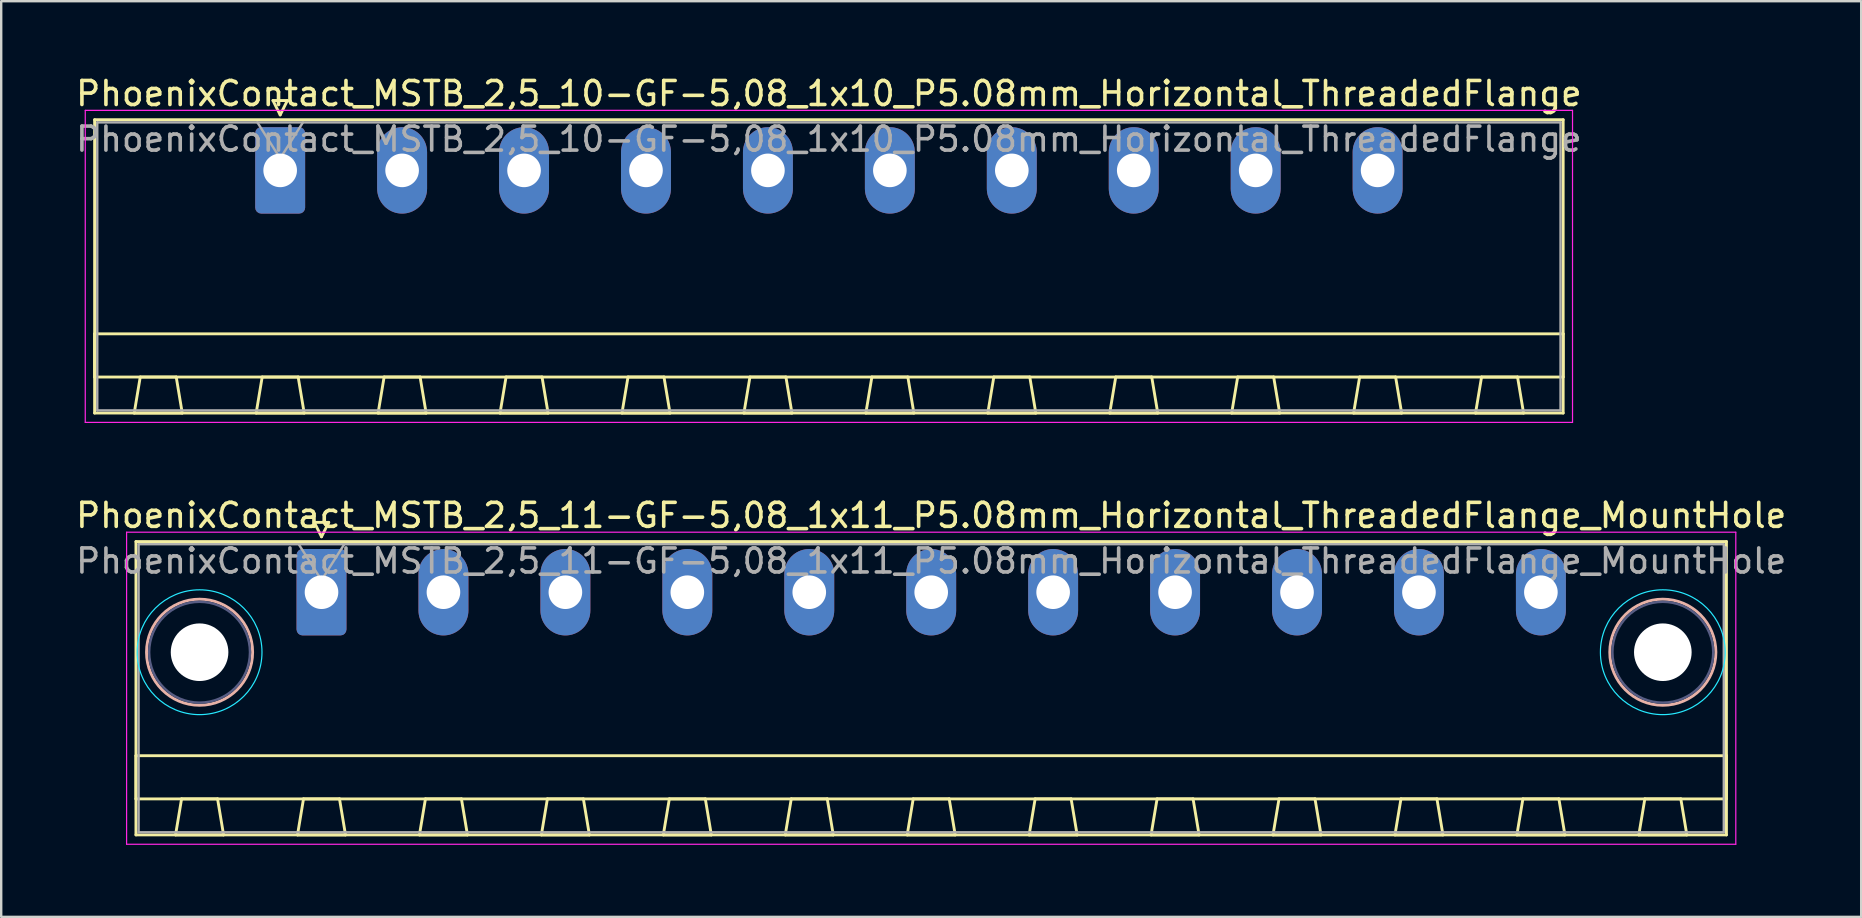
<source format=kicad_pcb>
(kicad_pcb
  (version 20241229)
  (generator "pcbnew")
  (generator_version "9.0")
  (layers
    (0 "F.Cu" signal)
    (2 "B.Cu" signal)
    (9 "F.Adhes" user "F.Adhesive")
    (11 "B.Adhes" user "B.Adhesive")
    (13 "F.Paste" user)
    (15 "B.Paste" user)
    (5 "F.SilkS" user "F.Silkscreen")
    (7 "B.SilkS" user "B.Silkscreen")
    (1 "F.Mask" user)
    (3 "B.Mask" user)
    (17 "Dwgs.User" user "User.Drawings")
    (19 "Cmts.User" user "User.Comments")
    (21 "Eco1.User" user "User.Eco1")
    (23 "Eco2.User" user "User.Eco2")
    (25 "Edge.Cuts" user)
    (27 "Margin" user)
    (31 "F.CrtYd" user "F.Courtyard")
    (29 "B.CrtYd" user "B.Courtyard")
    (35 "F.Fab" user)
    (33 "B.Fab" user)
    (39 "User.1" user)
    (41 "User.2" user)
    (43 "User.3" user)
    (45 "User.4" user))
  (footprint "PhoenixContact_MSTB_2,5_11-GF-5,08_1x11_P5.08mm_Horizontal_ThreadedFlange_MountHole"
    (layer "F.Cu")
    (at 10.344 21.622)
    (property "Reference" "PhoenixContact_MSTB_2,5_11-GF-5,08_1x11_P5.08mm_Horizontal_ThreadedFlange_MountHole" (at 25.4 -3.2 0) (layer "F.SilkS") (effects (font (size 1 1) (thickness 0.15))))
    (attr through_hole)
    (fp_line (start -7.73 -2.11) (end -7.73 10.11) (stroke (width 0.12) (type solid)) (layer "F.SilkS"))
    (fp_line (start -7.73 6.81) (end 58.53 6.81) (stroke (width 0.12) (type solid)) (layer "F.SilkS"))
    (fp_line (start -7.73 8.61) (end -7.73 6.81) (stroke (width 0.12) (type solid)) (layer "F.SilkS"))
    (fp_line (start -7.73 10.11) (end 58.53 10.11) (stroke (width 0.12) (type solid)) (layer "F.SilkS"))
    (fp_line (start -6.08 10.11) (end -4.08 10.11) (stroke (width 0.12) (type solid)) (layer "F.SilkS"))
    (fp_line (start -5.83 8.61) (end -6.08 10.11) (stroke (width 0.12) (type solid)) (layer "F.SilkS"))
    (fp_line (start -4.33 8.61) (end -5.83 8.61) (stroke (width 0.12) (type solid)) (layer "F.SilkS"))
    (fp_line (start -4.08 10.11) (end -4.33 8.61) (stroke (width 0.12) (type solid)) (layer "F.SilkS"))
    (fp_line (start -1 10.11) (end 1 10.11) (stroke (width 0.12) (type solid)) (layer "F.SilkS"))
    (fp_line (start -0.75 8.61) (end -1 10.11) (stroke (width 0.12) (type solid)) (layer "F.SilkS"))
    (fp_line (start -0.3 -2.91) (end 0.3 -2.91) (stroke (width 0.12) (type solid)) (layer "F.SilkS"))
    (fp_line (start 0 -2.31) (end -0.3 -2.91) (stroke (width 0.12) (type solid)) (layer "F.SilkS"))
    (fp_line (start 0.3 -2.91) (end 0 -2.31) (stroke (width 0.12) (type solid)) (layer "F.SilkS"))
    (fp_line (start 0.75 8.61) (end -0.75 8.61) (stroke (width 0.12) (type solid)) (layer "F.SilkS"))
    (fp_line (start 1 10.11) (end 0.75 8.61) (stroke (width 0.12) (type solid)) (layer "F.SilkS"))
    (fp_line (start 4.08 10.11) (end 6.08 10.11) (stroke (width 0.12) (type solid)) (layer "F.SilkS"))
    (fp_line (start 4.33 8.61) (end 4.08 10.11) (stroke (width 0.12) (type solid)) (layer "F.SilkS"))
    (fp_line (start 5.83 8.61) (end 4.33 8.61) (stroke (width 0.12) (type solid)) (layer "F.SilkS"))
    (fp_line (start 6.08 10.11) (end 5.83 8.61) (stroke (width 0.12) (type solid)) (layer "F.SilkS"))
    (fp_line (start 9.16 10.11) (end 11.16 10.11) (stroke (width 0.12) (type solid)) (layer "F.SilkS"))
    (fp_line (start 9.41 8.61) (end 9.16 10.11) (stroke (width 0.12) (type solid)) (layer "F.SilkS"))
    (fp_line (start 10.91 8.61) (end 9.41 8.61) (stroke (width 0.12) (type solid)) (layer "F.SilkS"))
    (fp_line (start 11.16 10.11) (end 10.91 8.61) (stroke (width 0.12) (type solid)) (layer "F.SilkS"))
    (fp_line (start 14.24 10.11) (end 16.24 10.11) (stroke (width 0.12) (type solid)) (layer "F.SilkS"))
    (fp_line (start 14.49 8.61) (end 14.24 10.11) (stroke (width 0.12) (type solid)) (layer "F.SilkS"))
    (fp_line (start 15.99 8.61) (end 14.49 8.61) (stroke (width 0.12) (type solid)) (layer "F.SilkS"))
    (fp_line (start 16.24 10.11) (end 15.99 8.61) (stroke (width 0.12) (type solid)) (layer "F.SilkS"))
    (fp_line (start 19.32 10.11) (end 21.32 10.11) (stroke (width 0.12) (type solid)) (layer "F.SilkS"))
    (fp_line (start 19.57 8.61) (end 19.32 10.11) (stroke (width 0.12) (type solid)) (layer "F.SilkS"))
    (fp_line (start 21.07 8.61) (end 19.57 8.61) (stroke (width 0.12) (type solid)) (layer "F.SilkS"))
    (fp_line (start 21.32 10.11) (end 21.07 8.61) (stroke (width 0.12) (type solid)) (layer "F.SilkS"))
    (fp_line (start 24.4 10.11) (end 26.4 10.11) (stroke (width 0.12) (type solid)) (layer "F.SilkS"))
    (fp_line (start 24.65 8.61) (end 24.4 10.11) (stroke (width 0.12) (type solid)) (layer "F.SilkS"))
    (fp_line (start 26.15 8.61) (end 24.65 8.61) (stroke (width 0.12) (type solid)) (layer "F.SilkS"))
    (fp_line (start 26.4 10.11) (end 26.15 8.61) (stroke (width 0.12) (type solid)) (layer "F.SilkS"))
    (fp_line (start 29.48 10.11) (end 31.48 10.11) (stroke (width 0.12) (type solid)) (layer "F.SilkS"))
    (fp_line (start 29.73 8.61) (end 29.48 10.11) (stroke (width 0.12) (type solid)) (layer "F.SilkS"))
    (fp_line (start 31.23 8.61) (end 29.73 8.61) (stroke (width 0.12) (type solid)) (layer "F.SilkS"))
    (fp_line (start 31.48 10.11) (end 31.23 8.61) (stroke (width 0.12) (type solid)) (layer "F.SilkS"))
    (fp_line (start 34.56 10.11) (end 36.56 10.11) (stroke (width 0.12) (type solid)) (layer "F.SilkS"))
    (fp_line (start 34.81 8.61) (end 34.56 10.11) (stroke (width 0.12) (type solid)) (layer "F.SilkS"))
    (fp_line (start 36.31 8.61) (end 34.81 8.61) (stroke (width 0.12) (type solid)) (layer "F.SilkS"))
    (fp_line (start 36.56 10.11) (end 36.31 8.61) (stroke (width 0.12) (type solid)) (layer "F.SilkS"))
    (fp_line (start 39.64 10.11) (end 41.64 10.11) (stroke (width 0.12) (type solid)) (layer "F.SilkS"))
    (fp_line (start 39.89 8.61) (end 39.64 10.11) (stroke (width 0.12) (type solid)) (layer "F.SilkS"))
    (fp_line (start 41.39 8.61) (end 39.89 8.61) (stroke (width 0.12) (type solid)) (layer "F.SilkS"))
    (fp_line (start 41.64 10.11) (end 41.39 8.61) (stroke (width 0.12) (type solid)) (layer "F.SilkS"))
    (fp_line (start 44.72 10.11) (end 46.72 10.11) (stroke (width 0.12) (type solid)) (layer "F.SilkS"))
    (fp_line (start 44.97 8.61) (end 44.72 10.11) (stroke (width 0.12) (type solid)) (layer "F.SilkS"))
    (fp_line (start 46.47 8.61) (end 44.97 8.61) (stroke (width 0.12) (type solid)) (layer "F.SilkS"))
    (fp_line (start 46.72 10.11) (end 46.47 8.61) (stroke (width 0.12) (type solid)) (layer "F.SilkS"))
    (fp_line (start 49.8 10.11) (end 51.8 10.11) (stroke (width 0.12) (type solid)) (layer "F.SilkS"))
    (fp_line (start 50.05 8.61) (end 49.8 10.11) (stroke (width 0.12) (type solid)) (layer "F.SilkS"))
    (fp_line (start 51.55 8.61) (end 50.05 8.61) (stroke (width 0.12) (type solid)) (layer "F.SilkS"))
    (fp_line (start 51.8 10.11) (end 51.55 8.61) (stroke (width 0.12) (type solid)) (layer "F.SilkS"))
    (fp_line (start 54.88 10.11) (end 56.88 10.11) (stroke (width 0.12) (type solid)) (layer "F.SilkS"))
    (fp_line (start 55.13 8.61) (end 54.88 10.11) (stroke (width 0.12) (type solid)) (layer "F.SilkS"))
    (fp_line (start 56.63 8.61) (end 55.13 8.61) (stroke (width 0.12) (type solid)) (layer "F.SilkS"))
    (fp_line (start 56.88 10.11) (end 56.63 8.61) (stroke (width 0.12) (type solid)) (layer "F.SilkS"))
    (fp_line (start 58.53 -2.11) (end -7.73 -2.11) (stroke (width 0.12) (type solid)) (layer "F.SilkS"))
    (fp_line (start 58.53 6.81) (end 58.53 8.61) (stroke (width 0.12) (type solid)) (layer "F.SilkS"))
    (fp_line (start 58.53 8.61) (end -7.73 8.61) (stroke (width 0.12) (type solid)) (layer "F.SilkS"))
    (fp_line (start 58.53 10.11) (end 58.53 -2.11) (stroke (width 0.12) (type solid)) (layer "F.SilkS"))
    (fp_circle (center -5.08 2.5) (end -2.87 2.5) (stroke (width 0.12) (type solid)) (fill no) (layer "B.SilkS"))
    (fp_circle (center 55.88 2.5) (end 58.09 2.5) (stroke (width 0.12) (type solid)) (fill no) (layer "B.SilkS"))
    (fp_circle (center -5.08 2.5) (end -2.48 2.5) (stroke (width 0.05) (type solid)) (fill no) (layer "B.CrtYd"))
    (fp_circle (center 55.88 2.5) (end 58.48 2.5) (stroke (width 0.05) (type solid)) (fill no) (layer "B.CrtYd"))
    (fp_line (start -8.12 -2.5) (end -8.12 10.5) (stroke (width 0.05) (type solid)) (layer "F.CrtYd"))
    (fp_line (start -8.12 10.5) (end 58.92 10.5) (stroke (width 0.05) (type solid)) (layer "F.CrtYd"))
    (fp_line (start 58.92 -2.5) (end -8.12 -2.5) (stroke (width 0.05) (type solid)) (layer "F.CrtYd"))
    (fp_line (start 58.92 10.5) (end 58.92 -2.5) (stroke (width 0.05) (type solid)) (layer "F.CrtYd"))
    (fp_circle (center -5.08 2.5) (end -2.98 2.5) (stroke (width 0.1) (type solid)) (fill no) (layer "B.Fab"))
    (fp_circle (center 55.88 2.5) (end 57.98 2.5) (stroke (width 0.1) (type solid)) (fill no) (layer "B.Fab"))
    (fp_line (start -7.62 -2) (end -7.62 10) (stroke (width 0.1) (type solid)) (layer "F.Fab"))
    (fp_line (start -7.62 10) (end 58.42 10) (stroke (width 0.1) (type solid)) (layer "F.Fab"))
    (fp_line (start 0 -0.5) (end -0.95 -2) (stroke (width 0.1) (type solid)) (layer "F.Fab"))
    (fp_line (start 0.95 -2) (end 0 -0.5) (stroke (width 0.1) (type solid)) (layer "F.Fab"))
    (fp_line (start 58.42 -2) (end -7.62 -2) (stroke (width 0.1) (type solid)) (layer "F.Fab"))
    (fp_line (start 58.42 10) (end 58.42 -2) (stroke (width 0.1) (type solid)) (layer "F.Fab"))
    (fp_text user "${REFERENCE}" (at 25.4 -1.3 0) (layer "F.Fab") (effects (font (size 1 1) (thickness 0.15))))
    (pad "" np_thru_hole circle (at -5.08 2.5) (size 2.4 2.4) (drill 2.4) (layers "*.Cu" "*.Mask"))
    (pad "" np_thru_hole circle (at 55.88 2.5) (size 2.4 2.4) (drill 2.4) (layers "*.Cu" "*.Mask"))
    (pad "1" thru_hole roundrect (at 0 0) (size 2.08 3.6) (drill 1.4) (layers "*.Cu" "*.Mask") (roundrect_rratio 0.12))
    (pad "2" thru_hole oval (at 5.08 0) (size 2.08 3.6) (drill 1.4) (layers "*.Cu" "*.Mask"))
    (pad "3" thru_hole oval (at 10.16 0) (size 2.08 3.6) (drill 1.4) (layers "*.Cu" "*.Mask"))
    (pad "4" thru_hole oval (at 15.24 0) (size 2.08 3.6) (drill 1.4) (layers "*.Cu" "*.Mask"))
    (pad "5" thru_hole oval (at 20.32 0) (size 2.08 3.6) (drill 1.4) (layers "*.Cu" "*.Mask"))
    (pad "6" thru_hole oval (at 25.4 0) (size 2.08 3.6) (drill 1.4) (layers "*.Cu" "*.Mask"))
    (pad "7" thru_hole oval (at 30.48 0) (size 2.08 3.6) (drill 1.4) (layers "*.Cu" "*.Mask"))
    (pad "8" thru_hole oval (at 35.56 0) (size 2.08 3.6) (drill 1.4) (layers "*.Cu" "*.Mask"))
    (pad "9" thru_hole oval (at 40.64 0) (size 2.08 3.6) (drill 1.4) (layers "*.Cu" "*.Mask"))
    (pad "10" thru_hole oval (at 45.72 0) (size 2.08 3.6) (drill 1.4) (layers "*.Cu" "*.Mask"))
    (pad "11" thru_hole oval (at 50.8 0) (size 2.08 3.6) (drill 1.4) (layers "*.Cu" "*.Mask")))
  (footprint "PhoenixContact_MSTB_2,5_10-GF-5,08_1x10_P5.08mm_Horizontal_ThreadedFlange"
    (layer "F.Cu")
    (at 8.622 4.048)
    (property "Reference" "PhoenixContact_MSTB_2,5_10-GF-5,08_1x10_P5.08mm_Horizontal_ThreadedFlange" (at 22.86 -3.2 0) (layer "F.SilkS") (effects (font (size 1 1) (thickness 0.15))))
    (attr through_hole)
    (fp_line (start -7.73 -2.11) (end -7.73 10.11) (stroke (width 0.12) (type solid)) (layer "F.SilkS"))
    (fp_line (start -7.73 6.81) (end 53.45 6.81) (stroke (width 0.12) (type solid)) (layer "F.SilkS"))
    (fp_line (start -7.73 8.61) (end -7.73 6.81) (stroke (width 0.12) (type solid)) (layer "F.SilkS"))
    (fp_line (start -7.73 10.11) (end 53.45 10.11) (stroke (width 0.12) (type solid)) (layer "F.SilkS"))
    (fp_line (start -6.08 10.11) (end -4.08 10.11) (stroke (width 0.12) (type solid)) (layer "F.SilkS"))
    (fp_line (start -5.83 8.61) (end -6.08 10.11) (stroke (width 0.12) (type solid)) (layer "F.SilkS"))
    (fp_line (start -4.33 8.61) (end -5.83 8.61) (stroke (width 0.12) (type solid)) (layer "F.SilkS"))
    (fp_line (start -4.08 10.11) (end -4.33 8.61) (stroke (width 0.12) (type solid)) (layer "F.SilkS"))
    (fp_line (start -1 10.11) (end 1 10.11) (stroke (width 0.12) (type solid)) (layer "F.SilkS"))
    (fp_line (start -0.75 8.61) (end -1 10.11) (stroke (width 0.12) (type solid)) (layer "F.SilkS"))
    (fp_line (start -0.3 -2.91) (end 0.3 -2.91) (stroke (width 0.12) (type solid)) (layer "F.SilkS"))
    (fp_line (start 0 -2.31) (end -0.3 -2.91) (stroke (width 0.12) (type solid)) (layer "F.SilkS"))
    (fp_line (start 0.3 -2.91) (end 0 -2.31) (stroke (width 0.12) (type solid)) (layer "F.SilkS"))
    (fp_line (start 0.75 8.61) (end -0.75 8.61) (stroke (width 0.12) (type solid)) (layer "F.SilkS"))
    (fp_line (start 1 10.11) (end 0.75 8.61) (stroke (width 0.12) (type solid)) (layer "F.SilkS"))
    (fp_line (start 4.08 10.11) (end 6.08 10.11) (stroke (width 0.12) (type solid)) (layer "F.SilkS"))
    (fp_line (start 4.33 8.61) (end 4.08 10.11) (stroke (width 0.12) (type solid)) (layer "F.SilkS"))
    (fp_line (start 5.83 8.61) (end 4.33 8.61) (stroke (width 0.12) (type solid)) (layer "F.SilkS"))
    (fp_line (start 6.08 10.11) (end 5.83 8.61) (stroke (width 0.12) (type solid)) (layer "F.SilkS"))
    (fp_line (start 9.16 10.11) (end 11.16 10.11) (stroke (width 0.12) (type solid)) (layer "F.SilkS"))
    (fp_line (start 9.41 8.61) (end 9.16 10.11) (stroke (width 0.12) (type solid)) (layer "F.SilkS"))
    (fp_line (start 10.91 8.61) (end 9.41 8.61) (stroke (width 0.12) (type solid)) (layer "F.SilkS"))
    (fp_line (start 11.16 10.11) (end 10.91 8.61) (stroke (width 0.12) (type solid)) (layer "F.SilkS"))
    (fp_line (start 14.24 10.11) (end 16.24 10.11) (stroke (width 0.12) (type solid)) (layer "F.SilkS"))
    (fp_line (start 14.49 8.61) (end 14.24 10.11) (stroke (width 0.12) (type solid)) (layer "F.SilkS"))
    (fp_line (start 15.99 8.61) (end 14.49 8.61) (stroke (width 0.12) (type solid)) (layer "F.SilkS"))
    (fp_line (start 16.24 10.11) (end 15.99 8.61) (stroke (width 0.12) (type solid)) (layer "F.SilkS"))
    (fp_line (start 19.32 10.11) (end 21.32 10.11) (stroke (width 0.12) (type solid)) (layer "F.SilkS"))
    (fp_line (start 19.57 8.61) (end 19.32 10.11) (stroke (width 0.12) (type solid)) (layer "F.SilkS"))
    (fp_line (start 21.07 8.61) (end 19.57 8.61) (stroke (width 0.12) (type solid)) (layer "F.SilkS"))
    (fp_line (start 21.32 10.11) (end 21.07 8.61) (stroke (width 0.12) (type solid)) (layer "F.SilkS"))
    (fp_line (start 24.4 10.11) (end 26.4 10.11) (stroke (width 0.12) (type solid)) (layer "F.SilkS"))
    (fp_line (start 24.65 8.61) (end 24.4 10.11) (stroke (width 0.12) (type solid)) (layer "F.SilkS"))
    (fp_line (start 26.15 8.61) (end 24.65 8.61) (stroke (width 0.12) (type solid)) (layer "F.SilkS"))
    (fp_line (start 26.4 10.11) (end 26.15 8.61) (stroke (width 0.12) (type solid)) (layer "F.SilkS"))
    (fp_line (start 29.48 10.11) (end 31.48 10.11) (stroke (width 0.12) (type solid)) (layer "F.SilkS"))
    (fp_line (start 29.73 8.61) (end 29.48 10.11) (stroke (width 0.12) (type solid)) (layer "F.SilkS"))
    (fp_line (start 31.23 8.61) (end 29.73 8.61) (stroke (width 0.12) (type solid)) (layer "F.SilkS"))
    (fp_line (start 31.48 10.11) (end 31.23 8.61) (stroke (width 0.12) (type solid)) (layer "F.SilkS"))
    (fp_line (start 34.56 10.11) (end 36.56 10.11) (stroke (width 0.12) (type solid)) (layer "F.SilkS"))
    (fp_line (start 34.81 8.61) (end 34.56 10.11) (stroke (width 0.12) (type solid)) (layer "F.SilkS"))
    (fp_line (start 36.31 8.61) (end 34.81 8.61) (stroke (width 0.12) (type solid)) (layer "F.SilkS"))
    (fp_line (start 36.56 10.11) (end 36.31 8.61) (stroke (width 0.12) (type solid)) (layer "F.SilkS"))
    (fp_line (start 39.64 10.11) (end 41.64 10.11) (stroke (width 0.12) (type solid)) (layer "F.SilkS"))
    (fp_line (start 39.89 8.61) (end 39.64 10.11) (stroke (width 0.12) (type solid)) (layer "F.SilkS"))
    (fp_line (start 41.39 8.61) (end 39.89 8.61) (stroke (width 0.12) (type solid)) (layer "F.SilkS"))
    (fp_line (start 41.64 10.11) (end 41.39 8.61) (stroke (width 0.12) (type solid)) (layer "F.SilkS"))
    (fp_line (start 44.72 10.11) (end 46.72 10.11) (stroke (width 0.12) (type solid)) (layer "F.SilkS"))
    (fp_line (start 44.97 8.61) (end 44.72 10.11) (stroke (width 0.12) (type solid)) (layer "F.SilkS"))
    (fp_line (start 46.47 8.61) (end 44.97 8.61) (stroke (width 0.12) (type solid)) (layer "F.SilkS"))
    (fp_line (start 46.72 10.11) (end 46.47 8.61) (stroke (width 0.12) (type solid)) (layer "F.SilkS"))
    (fp_line (start 49.8 10.11) (end 51.8 10.11) (stroke (width 0.12) (type solid)) (layer "F.SilkS"))
    (fp_line (start 50.05 8.61) (end 49.8 10.11) (stroke (width 0.12) (type solid)) (layer "F.SilkS"))
    (fp_line (start 51.55 8.61) (end 50.05 8.61) (stroke (width 0.12) (type solid)) (layer "F.SilkS"))
    (fp_line (start 51.8 10.11) (end 51.55 8.61) (stroke (width 0.12) (type solid)) (layer "F.SilkS"))
    (fp_line (start 53.45 -2.11) (end -7.73 -2.11) (stroke (width 0.12) (type solid)) (layer "F.SilkS"))
    (fp_line (start 53.45 6.81) (end 53.45 8.61) (stroke (width 0.12) (type solid)) (layer "F.SilkS"))
    (fp_line (start 53.45 8.61) (end -7.73 8.61) (stroke (width 0.12) (type solid)) (layer "F.SilkS"))
    (fp_line (start 53.45 10.11) (end 53.45 -2.11) (stroke (width 0.12) (type solid)) (layer "F.SilkS"))
    (fp_line (start -8.12 -2.5) (end -8.12 10.5) (stroke (width 0.05) (type solid)) (layer "F.CrtYd"))
    (fp_line (start -8.12 10.5) (end 53.84 10.5) (stroke (width 0.05) (type solid)) (layer "F.CrtYd"))
    (fp_line (start 53.84 -2.5) (end -8.12 -2.5) (stroke (width 0.05) (type solid)) (layer "F.CrtYd"))
    (fp_line (start 53.84 10.5) (end 53.84 -2.5) (stroke (width 0.05) (type solid)) (layer "F.CrtYd"))
    (fp_line (start -7.62 -2) (end -7.62 10) (stroke (width 0.1) (type solid)) (layer "F.Fab"))
    (fp_line (start -7.62 10) (end 53.34 10) (stroke (width 0.1) (type solid)) (layer "F.Fab"))
    (fp_line (start 0 -0.5) (end -0.95 -2) (stroke (width 0.1) (type solid)) (layer "F.Fab"))
    (fp_line (start 0.95 -2) (end 0 -0.5) (stroke (width 0.1) (type solid)) (layer "F.Fab"))
    (fp_line (start 53.34 -2) (end -7.62 -2) (stroke (width 0.1) (type solid)) (layer "F.Fab"))
    (fp_line (start 53.34 10) (end 53.34 -2) (stroke (width 0.1) (type solid)) (layer "F.Fab"))
    (fp_text user "${REFERENCE}" (at 22.86 -1.3 0) (layer "F.Fab") (effects (font (size 1 1) (thickness 0.15))))
    (pad "1" thru_hole roundrect (at 0 0) (size 2.08 3.6) (drill 1.4) (layers "*.Cu" "*.Mask") (roundrect_rratio 0.12))
    (pad "2" thru_hole oval (at 5.08 0) (size 2.08 3.6) (drill 1.4) (layers "*.Cu" "*.Mask"))
    (pad "3" thru_hole oval (at 10.16 0) (size 2.08 3.6) (drill 1.4) (layers "*.Cu" "*.Mask"))
    (pad "4" thru_hole oval (at 15.24 0) (size 2.08 3.6) (drill 1.4) (layers "*.Cu" "*.Mask"))
    (pad "5" thru_hole oval (at 20.32 0) (size 2.08 3.6) (drill 1.4) (layers "*.Cu" "*.Mask"))
    (pad "6" thru_hole oval (at 25.4 0) (size 2.08 3.6) (drill 1.4) (layers "*.Cu" "*.Mask"))
    (pad "7" thru_hole oval (at 30.48 0) (size 2.08 3.6) (drill 1.4) (layers "*.Cu" "*.Mask"))
    (pad "8" thru_hole oval (at 35.56 0) (size 2.08 3.6) (drill 1.4) (layers "*.Cu" "*.Mask"))
    (pad "9" thru_hole oval (at 40.64 0) (size 2.08 3.6) (drill 1.4) (layers "*.Cu" "*.Mask"))
    (pad "10" thru_hole oval (at 45.72 0) (size 2.08 3.6) (drill 1.4) (layers "*.Cu" "*.Mask")))
  (gr_rect
    (start -3 -3)
    (end 74.488 35.147)
    (stroke (width 0.1) (type default))
    (fill no)
    (layer "Edge.Cuts")))
</source>
